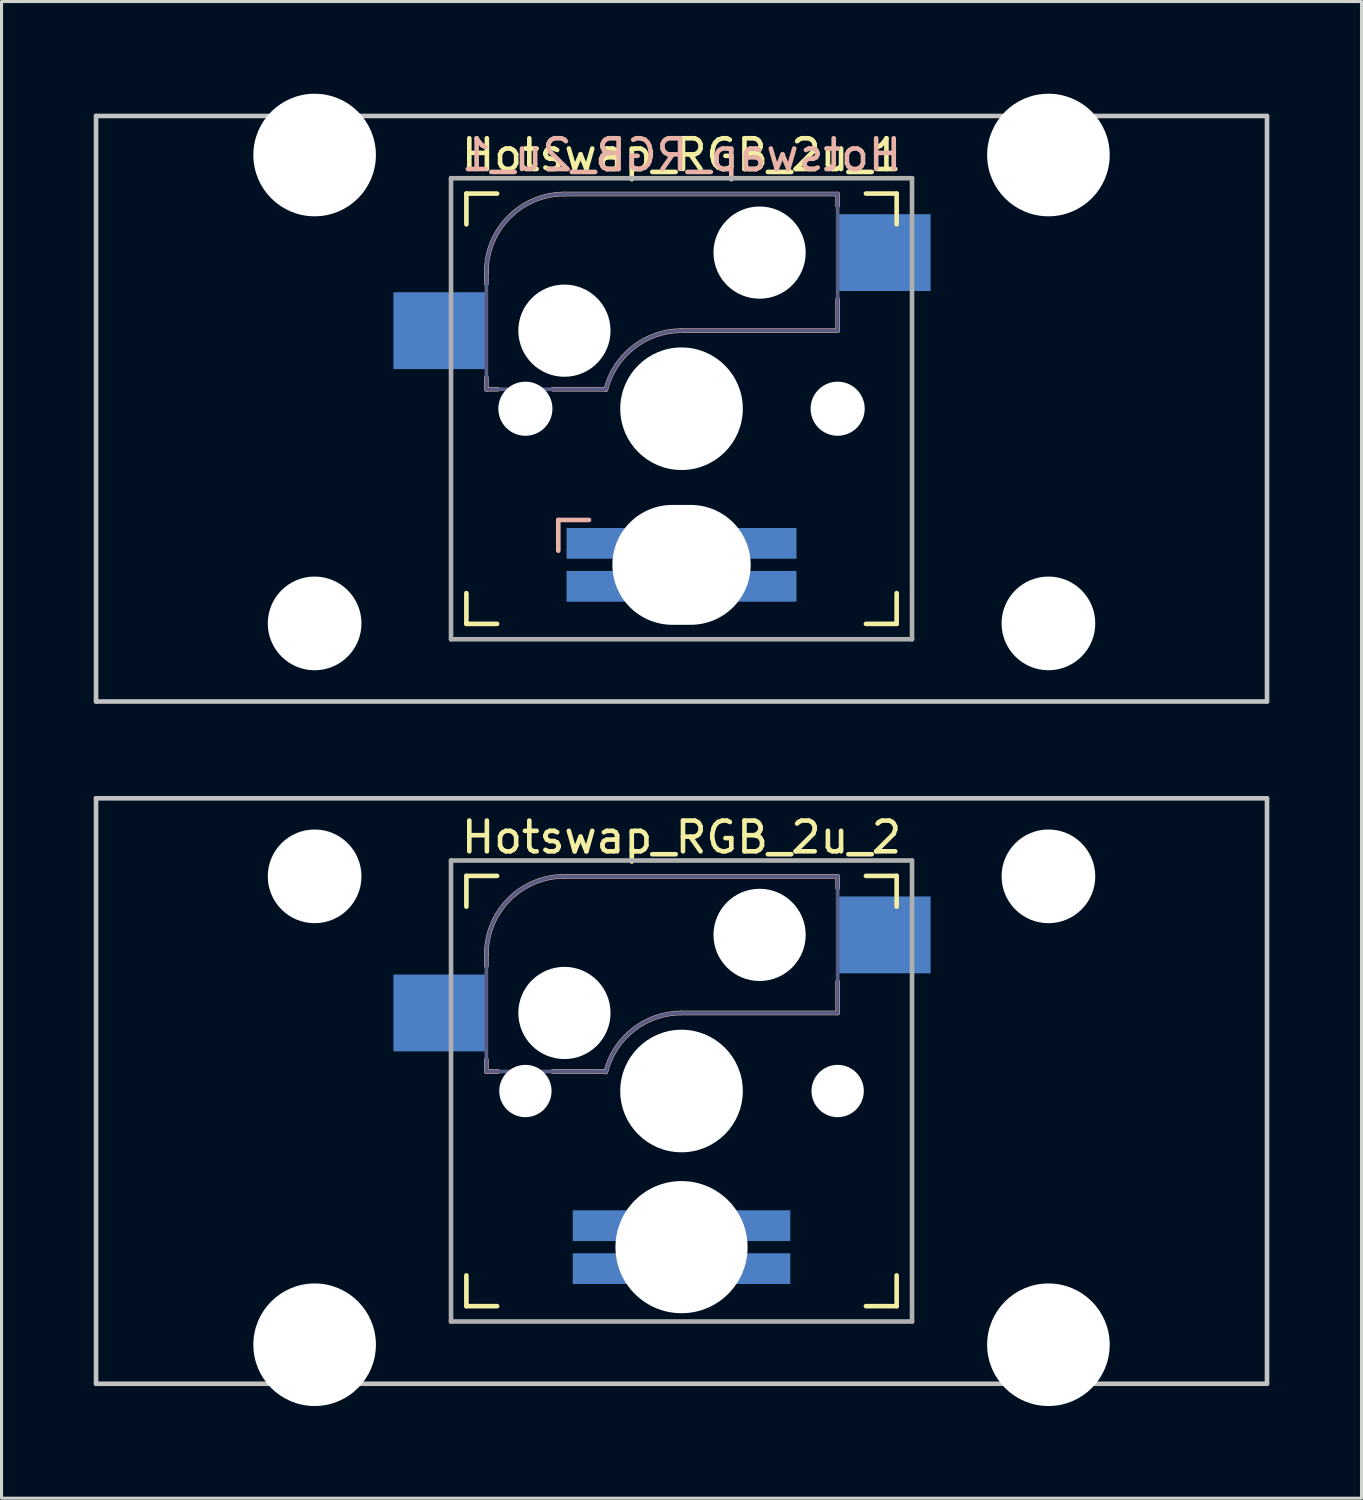
<source format=kicad_pcb>
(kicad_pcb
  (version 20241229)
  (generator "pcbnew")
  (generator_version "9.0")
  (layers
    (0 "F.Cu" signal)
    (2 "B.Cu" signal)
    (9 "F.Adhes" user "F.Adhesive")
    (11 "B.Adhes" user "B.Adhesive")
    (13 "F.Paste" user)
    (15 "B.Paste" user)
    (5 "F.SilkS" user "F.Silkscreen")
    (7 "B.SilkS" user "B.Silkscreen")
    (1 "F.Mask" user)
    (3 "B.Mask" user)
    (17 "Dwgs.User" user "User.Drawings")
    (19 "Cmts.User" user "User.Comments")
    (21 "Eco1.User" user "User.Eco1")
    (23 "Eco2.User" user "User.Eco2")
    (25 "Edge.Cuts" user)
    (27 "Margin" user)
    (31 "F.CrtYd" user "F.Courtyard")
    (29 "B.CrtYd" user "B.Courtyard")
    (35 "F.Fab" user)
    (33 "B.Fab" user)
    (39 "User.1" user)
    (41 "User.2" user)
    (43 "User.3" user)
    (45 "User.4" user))
  (footprint "Hotswap_RGB_2u_1"
    (layer "F.Cu")
    (at 19.125 10.249)
    (property "Reference" "Hotswap_RGB_2u_1" (at 0 -8.255 0) (layer "F.SilkS") (effects (font (size 1 1) (thickness 0.15))))
    (attr through_hole)
    (fp_line (start -7 -6) (end -7 -7) (stroke (width 0.15) (type solid)) (layer "F.SilkS"))
    (fp_line (start -7 7) (end -7 6) (stroke (width 0.15) (type solid)) (layer "F.SilkS"))
    (fp_line (start -7 7) (end -6 7) (stroke (width 0.15) (type solid)) (layer "F.SilkS"))
    (fp_line (start -6 -7) (end -7 -7) (stroke (width 0.15) (type solid)) (layer "F.SilkS"))
    (fp_line (start 6 7) (end 7 7) (stroke (width 0.15) (type solid)) (layer "F.SilkS"))
    (fp_line (start 7 -7) (end 6 -7) (stroke (width 0.15) (type solid)) (layer "F.SilkS"))
    (fp_line (start 7 -7) (end 7 -6) (stroke (width 0.15) (type solid)) (layer "F.SilkS"))
    (fp_line (start 7 6) (end 7 7) (stroke (width 0.15) (type solid)) (layer "F.SilkS"))
    (fp_line (start -6.35 -4.445) (end -6.35 -4.064) (stroke (width 0.15) (type solid)) (layer "B.SilkS"))
    (fp_line (start -6.35 -1.016) (end -6.35 -0.635) (stroke (width 0.15) (type solid)) (layer "B.SilkS"))
    (fp_line (start -6.35 -0.635) (end -5.969 -0.635) (stroke (width 0.15) (type solid)) (layer "B.SilkS"))
    (fp_line (start -4.191 -0.635) (end -2.54 -0.635) (stroke (width 0.15) (type solid)) (layer "B.SilkS"))
    (fp_line (start -4.01 4.62) (end -4.01 3.619) (stroke (width 0.15) (type solid)) (layer "B.SilkS"))
    (fp_line (start -3.01 3.619) (end -4.01 3.619) (stroke (width 0.15) (type solid)) (layer "B.SilkS"))
    (fp_line (start 0 -2.54) (end 5.08 -2.54) (stroke (width 0.15) (type solid)) (layer "B.SilkS"))
    (fp_line (start 5.08 -6.985) (end -3.81 -6.985) (stroke (width 0.15) (type solid)) (layer "B.SilkS"))
    (fp_line (start 5.08 -6.604) (end 5.08 -6.985) (stroke (width 0.15) (type solid)) (layer "B.SilkS"))
    (fp_line (start 5.08 -2.54) (end 5.08 -3.556) (stroke (width 0.15) (type solid)) (layer "B.SilkS"))
    (fp_arc (start -6.35 -4.445) (mid -5.606051 -6.241051) (end -3.81 -6.985) (stroke (width 0.15) (type solid)) (layer "B.SilkS"))
    (fp_arc (start -2.464162 -0.61604) (mid -1.563147 -2.002042) (end 0 -2.54) (stroke (width 0.15) (type solid)) (layer "B.SilkS"))
    (fp_line (start -19.05 -9.525) (end 19.05 -9.525) (stroke (width 0.15) (type solid)) (layer "Dwgs.User"))
    (fp_line (start -19.05 9.525) (end -19.05 -9.525) (stroke (width 0.15) (type solid)) (layer "Dwgs.User"))
    (fp_line (start 19.05 -9.525) (end 19.05 9.525) (stroke (width 0.15) (type solid)) (layer "Dwgs.User"))
    (fp_line (start 19.05 9.525) (end -19.05 9.525) (stroke (width 0.15) (type solid)) (layer "Dwgs.User"))
    (fp_line (start -13.589 -6.096) (end -13.589 5.334) (stroke (width 0.152) (type solid)) (layer "Eco2.User"))
    (fp_line (start -13.589 5.334) (end -10.287 5.334) (stroke (width 0.152) (type solid)) (layer "Eco2.User"))
    (fp_line (start -10.287 -6.096) (end -13.589 -6.096) (stroke (width 0.152) (type solid)) (layer "Eco2.User"))
    (fp_line (start -10.287 5.334) (end -10.287 -6.096) (stroke (width 0.152) (type solid)) (layer "Eco2.User"))
    (fp_line (start -6.9 6.9) (end -6.9 -6.9) (stroke (width 0.15) (type solid)) (layer "Eco2.User"))
    (fp_line (start -6.9 6.9) (end 6.9 6.9) (stroke (width 0.15) (type solid)) (layer "Eco2.User"))
    (fp_line (start 6.9 -6.9) (end -6.9 -6.9) (stroke (width 0.15) (type solid)) (layer "Eco2.User"))
    (fp_line (start 6.9 -6.9) (end 6.9 6.9) (stroke (width 0.15) (type solid)) (layer "Eco2.User"))
    (fp_line (start 10.287 -6.096) (end 10.287 5.334) (stroke (width 0.152) (type solid)) (layer "Eco2.User"))
    (fp_line (start 10.287 5.334) (end 13.589 5.334) (stroke (width 0.152) (type solid)) (layer "Eco2.User"))
    (fp_line (start 13.589 -6.096) (end 10.287 -6.096) (stroke (width 0.152) (type solid)) (layer "Eco2.User"))
    (fp_line (start 13.589 5.334) (end 13.589 -6.096) (stroke (width 0.152) (type solid)) (layer "Eco2.User"))
    (fp_line (start -6.35 -4.445) (end -6.35 -0.635) (stroke (width 0.12) (type solid)) (layer "B.Fab"))
    (fp_line (start -6.35 -0.635) (end -2.54 -0.635) (stroke (width 0.12) (type solid)) (layer "B.Fab"))
    (fp_line (start 0 -2.54) (end 5.08 -2.54) (stroke (width 0.12) (type solid)) (layer "B.Fab"))
    (fp_line (start 5.08 -6.985) (end -3.81 -6.985) (stroke (width 0.12) (type solid)) (layer "B.Fab"))
    (fp_line (start 5.08 -2.54) (end 5.08 -6.985) (stroke (width 0.12) (type solid)) (layer "B.Fab"))
    (fp_arc (start -6.35 -4.445) (mid -5.606051 -6.241051) (end -3.81 -6.985) (stroke (width 0.12) (type solid)) (layer "B.Fab"))
    (fp_arc (start -2.464162 -0.61604) (mid -1.563147 -2.002042) (end 0 -2.54) (stroke (width 0.12) (type solid)) (layer "B.Fab"))
    (fp_line (start -7.5 -7.5) (end 7.5 -7.5) (stroke (width 0.15) (type solid)) (layer "F.Fab"))
    (fp_line (start -7.5 7.5) (end -7.5 -7.5) (stroke (width 0.15) (type solid)) (layer "F.Fab"))
    (fp_line (start 7.5 -7.5) (end 7.5 7.5) (stroke (width 0.15) (type solid)) (layer "F.Fab"))
    (fp_line (start 7.5 7.5) (end -7.5 7.5) (stroke (width 0.15) (type solid)) (layer "F.Fab"))
    (fp_text user "${REFERENCE}" (at 0 -8.255 0) (layer "B.SilkS") (effects (font (size 1 1) (thickness 0.15)) (justify mirror)))
    (pad "" np_thru_hole circle (at -11.938 -8.255 180) (size 3.988 3.988) (drill 3.988) (layers "*.Cu" "*.Mask"))
    (pad "" np_thru_hole circle (at -11.938 6.985 180) (size 3.048 3.048) (drill 3.048) (layers "*.Cu" "*.Mask"))
    (pad "" np_thru_hole circle (at -5.08 0 180) (size 1.76 1.76) (drill 1.76) (layers "*.Cu" "*.Mask"))
    (pad "" np_thru_hole circle (at -3.81 -2.54 180) (size 3 3) (drill 3) (layers "*.Cu" "*.Mask"))
    (pad "" np_thru_hole circle (at 0 0 180) (size 3.988 3.988) (drill 3.988) (layers "*.Cu" "*.Mask"))
    (pad "" np_thru_hole oval (at 0 5.08 180) (size 4.5 3.9) (drill oval 4.5 3.9) (layers "*.Cu" "*.Mask"))
    (pad "" np_thru_hole circle (at 2.54 -5.08 180) (size 3 3) (drill 3) (layers "*.Cu" "*.Mask"))
    (pad "" np_thru_hole circle (at 5.08 0 180) (size 1.76 1.76) (drill 1.76) (layers "*.Cu" "*.Mask"))
    (pad "" np_thru_hole circle (at 11.938 -8.255 180) (size 3.988 3.988) (drill 3.988) (layers "*.Cu" "*.Mask"))
    (pad "" np_thru_hole circle (at 11.938 6.985 180) (size 3.048 3.048) (drill 3.048) (layers "*.Cu" "*.Mask"))
    (pad "1" smd rect (at -7.874 -2.54 180) (size 3 2.5) (layers "B.Cu" "B.Mask"))
    (pad "2" smd rect (at 6.604 -5.08 180) (size 3 2.5) (layers "B.Cu" "B.Mask"))
    (pad "A" smd rect (at -2.74 4.381 270) (size 1 2) (layers "B.Cu" "B.Mask"))
    (pad "B" smd rect (at -2.74 5.779 270) (size 1 2) (layers "B.Cu" "B.Mask"))
    (pad "G" smd rect (at 2.74 5.779 270) (size 1 2) (layers "B.Cu" "B.Mask"))
    (pad "R" smd rect (at 2.74 4.381 270) (size 1 2) (layers "B.Cu" "B.Mask")))
  (footprint "Hotswap_RGB_2u_2"
    (layer "F.Cu")
    (at 19.125 32.449)
    (property "Reference" "Hotswap_RGB_2u_2" (at 0 -8.255 0) (layer "F.SilkS") (effects (font (size 1 1) (thickness 0.15))))
    (attr through_hole)
    (fp_line (start -7 -6) (end -7 -7) (stroke (width 0.15) (type solid)) (layer "F.SilkS"))
    (fp_line (start -7 7) (end -7 6) (stroke (width 0.15) (type solid)) (layer "F.SilkS"))
    (fp_line (start -7 7) (end -6 7) (stroke (width 0.15) (type solid)) (layer "F.SilkS"))
    (fp_line (start -6 -7) (end -7 -7) (stroke (width 0.15) (type solid)) (layer "F.SilkS"))
    (fp_line (start 6 7) (end 7 7) (stroke (width 0.15) (type solid)) (layer "F.SilkS"))
    (fp_line (start 7 -7) (end 6 -7) (stroke (width 0.15) (type solid)) (layer "F.SilkS"))
    (fp_line (start 7 -7) (end 7 -6) (stroke (width 0.15) (type solid)) (layer "F.SilkS"))
    (fp_line (start 7 6) (end 7 7) (stroke (width 0.15) (type solid)) (layer "F.SilkS"))
    (fp_line (start -6.35 -4.445) (end -6.35 -4.064) (stroke (width 0.15) (type solid)) (layer "B.SilkS"))
    (fp_line (start -6.35 -1.016) (end -6.35 -0.635) (stroke (width 0.15) (type solid)) (layer "B.SilkS"))
    (fp_line (start -6.35 -0.635) (end -5.969 -0.635) (stroke (width 0.15) (type solid)) (layer "B.SilkS"))
    (fp_line (start -4.191 -0.635) (end -2.54 -0.635) (stroke (width 0.15) (type solid)) (layer "B.SilkS"))
    (fp_line (start 0 -2.54) (end 5.08 -2.54) (stroke (width 0.15) (type solid)) (layer "B.SilkS"))
    (fp_line (start 5.08 -6.985) (end -3.81 -6.985) (stroke (width 0.15) (type solid)) (layer "B.SilkS"))
    (fp_line (start 5.08 -6.604) (end 5.08 -6.985) (stroke (width 0.15) (type solid)) (layer "B.SilkS"))
    (fp_line (start 5.08 -2.54) (end 5.08 -3.556) (stroke (width 0.15) (type solid)) (layer "B.SilkS"))
    (fp_arc (start -6.35 -4.445) (mid -5.606051 -6.241051) (end -3.81 -6.985) (stroke (width 0.15) (type solid)) (layer "B.SilkS"))
    (fp_arc (start -2.464162 -0.61604) (mid -1.563147 -2.002042) (end 0 -2.54) (stroke (width 0.15) (type solid)) (layer "B.SilkS"))
    (fp_line (start -19.05 -9.525) (end 19.05 -9.525) (stroke (width 0.15) (type solid)) (layer "Dwgs.User"))
    (fp_line (start -19.05 9.525) (end -19.05 -9.525) (stroke (width 0.15) (type solid)) (layer "Dwgs.User"))
    (fp_line (start -19.05 9.525) (end 19.05 9.525) (stroke (width 0.15) (type solid)) (layer "Dwgs.User"))
    (fp_line (start 19.05 -9.525) (end 19.05 9.525) (stroke (width 0.15) (type solid)) (layer "Dwgs.User"))
    (fp_line (start -13.589 -5.334) (end -13.589 6.096) (stroke (width 0.152) (type solid)) (layer "Eco2.User"))
    (fp_line (start -13.589 6.096) (end -10.287 6.096) (stroke (width 0.152) (type solid)) (layer "Eco2.User"))
    (fp_line (start -10.287 -5.334) (end -13.589 -5.334) (stroke (width 0.152) (type solid)) (layer "Eco2.User"))
    (fp_line (start -10.287 6.096) (end -10.287 -5.334) (stroke (width 0.152) (type solid)) (layer "Eco2.User"))
    (fp_line (start -6.9 6.9) (end -6.9 -6.9) (stroke (width 0.15) (type solid)) (layer "Eco2.User"))
    (fp_line (start -6.9 6.9) (end 6.9 6.9) (stroke (width 0.15) (type solid)) (layer "Eco2.User"))
    (fp_line (start 6.9 -6.9) (end -6.9 -6.9) (stroke (width 0.15) (type solid)) (layer "Eco2.User"))
    (fp_line (start 6.9 -6.9) (end 6.9 6.9) (stroke (width 0.15) (type solid)) (layer "Eco2.User"))
    (fp_line (start 10.287 -5.334) (end 10.287 6.096) (stroke (width 0.152) (type solid)) (layer "Eco2.User"))
    (fp_line (start 10.287 6.096) (end 13.589 6.096) (stroke (width 0.152) (type solid)) (layer "Eco2.User"))
    (fp_line (start 13.589 -5.334) (end 10.287 -5.334) (stroke (width 0.152) (type solid)) (layer "Eco2.User"))
    (fp_line (start 13.589 6.096) (end 13.589 -5.334) (stroke (width 0.152) (type solid)) (layer "Eco2.User"))
    (fp_line (start -6.35 -4.445) (end -6.35 -0.635) (stroke (width 0.12) (type solid)) (layer "B.Fab"))
    (fp_line (start -6.35 -0.635) (end -2.54 -0.635) (stroke (width 0.12) (type solid)) (layer "B.Fab"))
    (fp_line (start 0 -2.54) (end 5.08 -2.54) (stroke (width 0.12) (type solid)) (layer "B.Fab"))
    (fp_line (start 5.08 -6.985) (end -3.81 -6.985) (stroke (width 0.12) (type solid)) (layer "B.Fab"))
    (fp_line (start 5.08 -2.54) (end 5.08 -6.985) (stroke (width 0.12) (type solid)) (layer "B.Fab"))
    (fp_arc (start -6.35 -4.445) (mid -5.606051 -6.241051) (end -3.81 -6.985) (stroke (width 0.12) (type solid)) (layer "B.Fab"))
    (fp_arc (start -2.464162 -0.61604) (mid -1.563147 -2.002042) (end 0 -2.54) (stroke (width 0.12) (type solid)) (layer "B.Fab"))
    (fp_line (start -7.5 -7.5) (end 7.5 -7.5) (stroke (width 0.15) (type solid)) (layer "F.Fab"))
    (fp_line (start -7.5 7.5) (end -7.5 -7.5) (stroke (width 0.15) (type solid)) (layer "F.Fab"))
    (fp_line (start 7.5 -7.5) (end 7.5 7.5) (stroke (width 0.15) (type solid)) (layer "F.Fab"))
    (fp_line (start 7.5 7.5) (end -7.5 7.5) (stroke (width 0.15) (type solid)) (layer "F.Fab"))
    (pad "" np_thru_hole circle (at -11.938 -6.985) (size 3.048 3.048) (drill 3.048) (layers "*.Cu" "*.Mask"))
    (pad "" np_thru_hole circle (at -11.938 8.255) (size 3.988 3.988) (drill 3.988) (layers "*.Cu" "*.Mask"))
    (pad "" np_thru_hole circle (at -5.08 0 180) (size 1.702 1.702) (drill 1.702) (layers "*.Cu" "*.Mask"))
    (pad "" np_thru_hole circle (at -3.81 -2.54 180) (size 3 3) (drill 3) (layers "*.Cu" "*.Mask"))
    (pad "" np_thru_hole circle (at 0 0 180) (size 3.988 3.988) (drill 3.988) (layers "*.Cu" "*.Mask"))
    (pad "" np_thru_hole circle (at 0 5.08 180) (size 4.3 4.3) (drill 4.3) (layers "*.Cu" "*.Mask"))
    (pad "" np_thru_hole circle (at 2.54 -5.08 180) (size 3 3) (drill 3) (layers "*.Cu" "*.Mask"))
    (pad "" np_thru_hole circle (at 5.08 0 180) (size 1.702 1.702) (drill 1.702) (layers "*.Cu" "*.Mask"))
    (pad "" np_thru_hole circle (at 11.938 -6.985) (size 3.048 3.048) (drill 3.048) (layers "*.Cu" "*.Mask"))
    (pad "" np_thru_hole circle (at 11.938 8.255) (size 3.988 3.988) (drill 3.988) (layers "*.Cu" "*.Mask"))
    (pad "1" smd rect (at -7.874 -2.54 180) (size 3 2.5) (layers "B.Cu" "B.Mask"))
    (pad "2" smd rect (at 6.604 -5.08 180) (size 3 2.5) (layers "B.Cu" "B.Mask"))
    (pad "A" smd rect (at -2.54 4.381 270) (size 1 2) (layers "B.Cu" "B.Mask"))
    (pad "B" smd rect (at -2.54 5.779 270) (size 1 2) (layers "B.Cu" "B.Mask"))
    (pad "G" smd rect (at 2.54 5.779 270) (size 1 2) (layers "B.Cu" "B.Mask"))
    (pad "R" smd rect (at 2.54 4.381 270) (size 1 2) (layers "B.Cu" "B.Mask")))
  (gr_rect
    (start -3 -3)
    (end 41.25 45.698)
    (stroke (width 0.1) (type default))
    (fill no)
    (layer "Edge.Cuts")))
</source>
